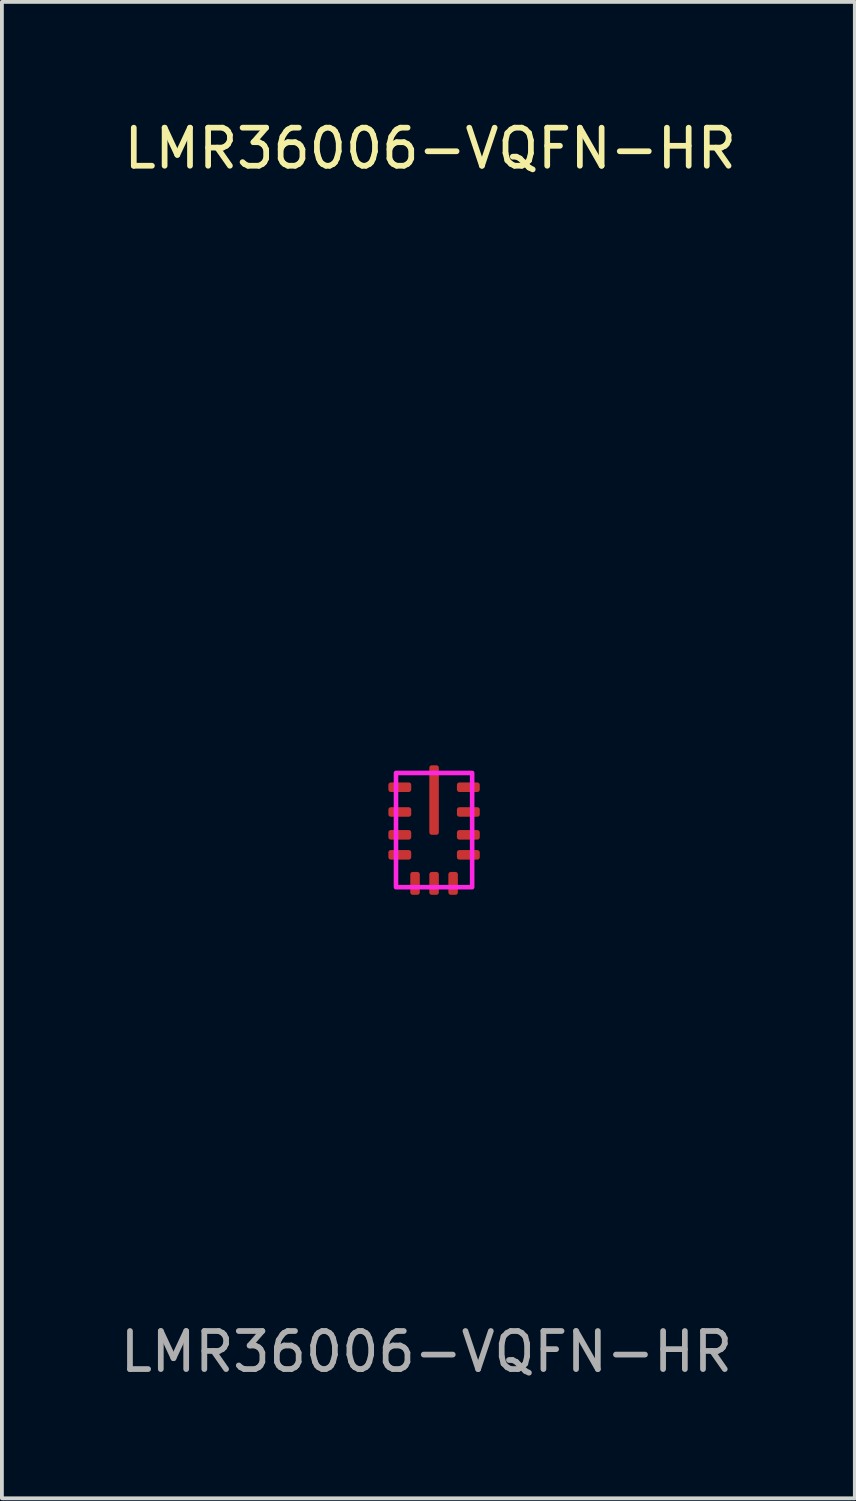
<source format=kicad_pcb>
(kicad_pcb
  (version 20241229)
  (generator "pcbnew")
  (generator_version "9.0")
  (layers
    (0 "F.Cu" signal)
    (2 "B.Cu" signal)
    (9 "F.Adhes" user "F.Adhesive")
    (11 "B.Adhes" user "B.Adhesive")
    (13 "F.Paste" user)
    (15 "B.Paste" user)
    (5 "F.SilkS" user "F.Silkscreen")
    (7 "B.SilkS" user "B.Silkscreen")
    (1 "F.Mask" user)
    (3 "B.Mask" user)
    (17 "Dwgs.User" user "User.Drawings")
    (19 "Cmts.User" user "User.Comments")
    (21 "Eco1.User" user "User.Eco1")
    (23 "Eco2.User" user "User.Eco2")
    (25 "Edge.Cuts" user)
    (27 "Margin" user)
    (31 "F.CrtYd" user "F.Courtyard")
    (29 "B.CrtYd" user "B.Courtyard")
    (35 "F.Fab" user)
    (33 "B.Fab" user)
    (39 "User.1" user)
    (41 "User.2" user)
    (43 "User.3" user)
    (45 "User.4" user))
  (footprint "LMR36006-VQFN-HR"
    (layer "F.Cu")
    (at 8.349 18.748)
    (property "Reference" "LMR36006-VQFN-HR" (at -0.1 -17.9 0) (unlocked yes) (layer "F.SilkS") (effects (font (size 1 1) (thickness 0.15))))
    (attr smd)
    (fp_rect (start -1 -1.5) (end 1 1.5) (stroke (width 0.12) (type default)) (fill no) (layer "F.CrtYd"))
    (fp_text user "${REFERENCE}" (at -0.2 13.7 0) (unlocked yes) (layer "F.Fab") (effects (font (size 1 1) (thickness 0.15))))
    (pad "1" smd roundrect (at -0.9 -1.125) (size 0.6 0.25) (layers "F.Cu" "F.Mask" "F.Paste") (roundrect_rratio 0.25))
    (pad "2" smd roundrect (at -0.9 -0.475) (size 0.6 0.25) (layers "F.Cu" "F.Mask" "F.Paste") (roundrect_rratio 0.25))
    (pad "3" smd roundrect (at -0.9 0.125) (size 0.6 0.25) (layers "F.Cu" "F.Mask" "F.Paste") (roundrect_rratio 0.25))
    (pad "4" smd roundrect (at -0.9 0.65) (size 0.6 0.25) (layers "F.Cu" "F.Mask" "F.Paste") (roundrect_rratio 0.25))
    (pad "5" smd roundrect (at -0.5 1.4 90) (size 0.6 0.25) (layers "F.Cu" "F.Mask" "F.Paste") (roundrect_rratio 0.25))
    (pad "6" smd roundrect (at 0 1.4 90) (size 0.6 0.25) (layers "F.Cu" "F.Mask" "F.Paste") (roundrect_rratio 0.25))
    (pad "7" smd roundrect (at 0.5 1.4 90) (size 0.6 0.25) (layers "F.Cu" "F.Mask" "F.Paste") (roundrect_rratio 0.25))
    (pad "8" smd roundrect (at 0.9 0.65) (size 0.6 0.25) (layers "F.Cu" "F.Mask" "F.Paste") (roundrect_rratio 0.25))
    (pad "9" smd roundrect (at 0.9 0.125) (size 0.6 0.25) (layers "F.Cu" "F.Mask" "F.Paste") (roundrect_rratio 0.25))
    (pad "10" smd roundrect (at 0.9 -0.475) (size 0.6 0.25) (layers "F.Cu" "F.Mask" "F.Paste") (roundrect_rratio 0.25))
    (pad "11" smd roundrect (at 0.9 -1.125) (size 0.6 0.25) (layers "F.Cu" "F.Mask" "F.Paste") (roundrect_rratio 0.25))
    (pad "12" smd roundrect (at 0 -0.788 180) (size 0.25 1.825) (layers "F.Cu" "F.Mask" "F.Paste") (roundrect_rratio 0.25)))
  (gr_rect
    (start -3 -3)
    (end 19.398 36.297)
    (stroke (width 0.1) (type default))
    (fill no)
    (layer "Edge.Cuts")))
</source>
